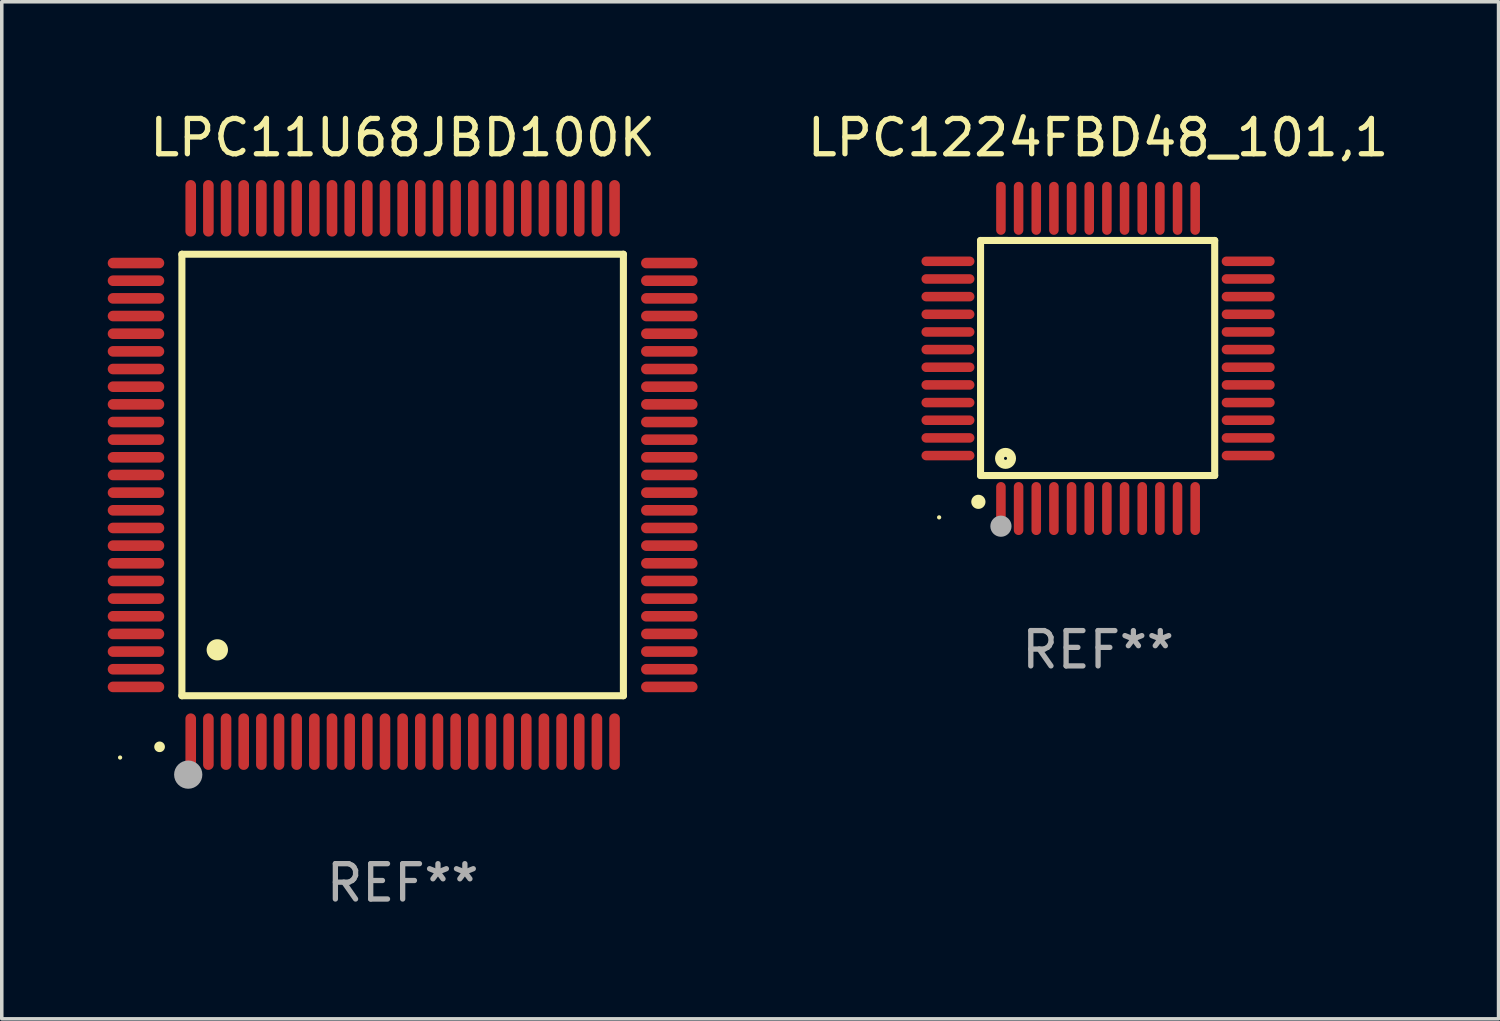
<source format=kicad_pcb>
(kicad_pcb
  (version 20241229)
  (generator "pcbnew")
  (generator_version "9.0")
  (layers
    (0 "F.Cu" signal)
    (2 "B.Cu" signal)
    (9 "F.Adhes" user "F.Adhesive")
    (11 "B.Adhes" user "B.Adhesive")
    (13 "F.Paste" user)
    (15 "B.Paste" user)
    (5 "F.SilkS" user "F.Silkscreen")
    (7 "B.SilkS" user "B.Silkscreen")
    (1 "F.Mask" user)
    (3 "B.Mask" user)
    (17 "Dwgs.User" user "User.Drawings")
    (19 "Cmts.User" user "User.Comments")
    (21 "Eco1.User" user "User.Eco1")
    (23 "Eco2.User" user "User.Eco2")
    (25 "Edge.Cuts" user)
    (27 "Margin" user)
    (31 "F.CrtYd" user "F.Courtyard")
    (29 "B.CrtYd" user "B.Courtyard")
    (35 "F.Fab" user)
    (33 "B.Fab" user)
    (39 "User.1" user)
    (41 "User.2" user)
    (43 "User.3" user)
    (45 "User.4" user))
  (footprint "LPC11U68JBD100K"
    (layer "F.Cu")
    (at 8.35 10.398)
    (property "Reference" "LPC11U68JBD100K" (at 0 -9.55 0) (layer "F.SilkS") (effects (font (size 1 1) (thickness 0.15))))
    (attr through_hole)
    (fp_line (start -6.25 -6.25) (end -6.25 6.25) (stroke (width 0.2) (type solid)) (layer "F.SilkS"))
    (fp_line (start -6.25 6.25) (end 6.25 6.25) (stroke (width 0.2) (type solid)) (layer "F.SilkS"))
    (fp_line (start 6.25 -6.25) (end -6.25 -6.25) (stroke (width 0.2) (type solid)) (layer "F.SilkS"))
    (fp_line (start 6.25 6.25) (end 6.25 -6.25) (stroke (width 0.2) (type solid)) (layer "F.SilkS"))
    (fp_arc (start -6.883414 7.696215) (mid -6.882144 7.69621) (end -6.880874 7.696215) (stroke (width 0.3) (type solid)) (layer "F.SilkS"))
    (fp_arc (start -5.250191 4.95047) (mid -5.247651 4.950459) (end -5.245111 4.95047) (stroke (width 0.6) (type solid)) (layer "F.SilkS"))
    (fp_circle (center -8 8) (end -7.97 8) (stroke (width 0.06) (type solid)) (fill no) (layer "F.SilkS"))
    (fp_circle (center -6.071 8.484) (end -5.871 8.484) (stroke (width 0.4) (type solid)) (fill no) (layer "F.Fab"))
    (fp_text user "REF**" (at 0 11.55 0) (layer "F.Fab") (effects (font (size 1 1) (thickness 0.15))))
    (pad "1" smd oval (at -6 7.55) (size 0.3 1.6) (layers "F.Cu" "F.Mask" "F.Paste"))
    (pad "2" smd oval (at -5.5 7.55) (size 0.3 1.6) (layers "F.Cu" "F.Mask" "F.Paste"))
    (pad "3" smd oval (at -5 7.55) (size 0.3 1.6) (layers "F.Cu" "F.Mask" "F.Paste"))
    (pad "4" smd oval (at -4.5 7.55) (size 0.3 1.6) (layers "F.Cu" "F.Mask" "F.Paste"))
    (pad "5" smd oval (at -4 7.55) (size 0.3 1.6) (layers "F.Cu" "F.Mask" "F.Paste"))
    (pad "6" smd oval (at -3.5 7.55) (size 0.3 1.6) (layers "F.Cu" "F.Mask" "F.Paste"))
    (pad "7" smd oval (at -3 7.55) (size 0.3 1.6) (layers "F.Cu" "F.Mask" "F.Paste"))
    (pad "8" smd oval (at -2.5 7.55) (size 0.3 1.6) (layers "F.Cu" "F.Mask" "F.Paste"))
    (pad "9" smd oval (at -2 7.55) (size 0.3 1.6) (layers "F.Cu" "F.Mask" "F.Paste"))
    (pad "10" smd oval (at -1.5 7.55) (size 0.3 1.6) (layers "F.Cu" "F.Mask" "F.Paste"))
    (pad "11" smd oval (at -1 7.55) (size 0.3 1.6) (layers "F.Cu" "F.Mask" "F.Paste"))
    (pad "12" smd oval (at -0.5 7.55) (size 0.3 1.6) (layers "F.Cu" "F.Mask" "F.Paste"))
    (pad "13" smd oval (at 0 7.55) (size 0.3 1.6) (layers "F.Cu" "F.Mask" "F.Paste"))
    (pad "14" smd oval (at 0.5 7.55) (size 0.3 1.6) (layers "F.Cu" "F.Mask" "F.Paste"))
    (pad "15" smd oval (at 1 7.55) (size 0.3 1.6) (layers "F.Cu" "F.Mask" "F.Paste"))
    (pad "16" smd oval (at 1.5 7.55) (size 0.3 1.6) (layers "F.Cu" "F.Mask" "F.Paste"))
    (pad "17" smd oval (at 2 7.55) (size 0.3 1.6) (layers "F.Cu" "F.Mask" "F.Paste"))
    (pad "18" smd oval (at 2.5 7.55) (size 0.3 1.6) (layers "F.Cu" "F.Mask" "F.Paste"))
    (pad "19" smd oval (at 3 7.55) (size 0.3 1.6) (layers "F.Cu" "F.Mask" "F.Paste"))
    (pad "20" smd oval (at 3.5 7.55) (size 0.3 1.6) (layers "F.Cu" "F.Mask" "F.Paste"))
    (pad "21" smd oval (at 4 7.55) (size 0.3 1.6) (layers "F.Cu" "F.Mask" "F.Paste"))
    (pad "22" smd oval (at 4.5 7.55) (size 0.3 1.6) (layers "F.Cu" "F.Mask" "F.Paste"))
    (pad "23" smd oval (at 5 7.55) (size 0.3 1.6) (layers "F.Cu" "F.Mask" "F.Paste"))
    (pad "24" smd oval (at 5.5 7.55) (size 0.3 1.6) (layers "F.Cu" "F.Mask" "F.Paste"))
    (pad "25" smd oval (at 6 7.55) (size 0.3 1.6) (layers "F.Cu" "F.Mask" "F.Paste"))
    (pad "26" smd oval (at 7.55 6) (size 1.6 0.3) (layers "F.Cu" "F.Mask" "F.Paste"))
    (pad "27" smd oval (at 7.55 5.5) (size 1.6 0.3) (layers "F.Cu" "F.Mask" "F.Paste"))
    (pad "28" smd oval (at 7.55 5) (size 1.6 0.3) (layers "F.Cu" "F.Mask" "F.Paste"))
    (pad "29" smd oval (at 7.55 4.5) (size 1.6 0.3) (layers "F.Cu" "F.Mask" "F.Paste"))
    (pad "30" smd oval (at 7.55 4) (size 1.6 0.3) (layers "F.Cu" "F.Mask" "F.Paste"))
    (pad "31" smd oval (at 7.55 3.5) (size 1.6 0.3) (layers "F.Cu" "F.Mask" "F.Paste"))
    (pad "32" smd oval (at 7.55 3) (size 1.6 0.3) (layers "F.Cu" "F.Mask" "F.Paste"))
    (pad "33" smd oval (at 7.55 2.5) (size 1.6 0.3) (layers "F.Cu" "F.Mask" "F.Paste"))
    (pad "34" smd oval (at 7.55 2) (size 1.6 0.3) (layers "F.Cu" "F.Mask" "F.Paste"))
    (pad "35" smd oval (at 7.55 1.5) (size 1.6 0.3) (layers "F.Cu" "F.Mask" "F.Paste"))
    (pad "36" smd oval (at 7.55 1) (size 1.6 0.3) (layers "F.Cu" "F.Mask" "F.Paste"))
    (pad "37" smd oval (at 7.55 0.5) (size 1.6 0.3) (layers "F.Cu" "F.Mask" "F.Paste"))
    (pad "38" smd oval (at 7.55 0) (size 1.6 0.3) (layers "F.Cu" "F.Mask" "F.Paste"))
    (pad "39" smd oval (at 7.55 -0.5) (size 1.6 0.3) (layers "F.Cu" "F.Mask" "F.Paste"))
    (pad "40" smd oval (at 7.55 -1) (size 1.6 0.3) (layers "F.Cu" "F.Mask" "F.Paste"))
    (pad "41" smd oval (at 7.55 -1.5) (size 1.6 0.3) (layers "F.Cu" "F.Mask" "F.Paste"))
    (pad "42" smd oval (at 7.55 -2) (size 1.6 0.3) (layers "F.Cu" "F.Mask" "F.Paste"))
    (pad "43" smd oval (at 7.55 -2.5) (size 1.6 0.3) (layers "F.Cu" "F.Mask" "F.Paste"))
    (pad "44" smd oval (at 7.55 -3) (size 1.6 0.3) (layers "F.Cu" "F.Mask" "F.Paste"))
    (pad "45" smd oval (at 7.55 -3.5) (size 1.6 0.3) (layers "F.Cu" "F.Mask" "F.Paste"))
    (pad "46" smd oval (at 7.55 -4) (size 1.6 0.3) (layers "F.Cu" "F.Mask" "F.Paste"))
    (pad "47" smd oval (at 7.55 -4.5) (size 1.6 0.3) (layers "F.Cu" "F.Mask" "F.Paste"))
    (pad "48" smd oval (at 7.55 -5) (size 1.6 0.3) (layers "F.Cu" "F.Mask" "F.Paste"))
    (pad "49" smd oval (at 7.55 -5.5) (size 1.6 0.3) (layers "F.Cu" "F.Mask" "F.Paste"))
    (pad "50" smd oval (at 7.55 -6) (size 1.6 0.3) (layers "F.Cu" "F.Mask" "F.Paste"))
    (pad "51" smd oval (at 6 -7.55) (size 0.3 1.6) (layers "F.Cu" "F.Mask" "F.Paste"))
    (pad "52" smd oval (at 5.5 -7.55) (size 0.3 1.6) (layers "F.Cu" "F.Mask" "F.Paste"))
    (pad "53" smd oval (at 5 -7.55) (size 0.3 1.6) (layers "F.Cu" "F.Mask" "F.Paste"))
    (pad "54" smd oval (at 4.5 -7.55) (size 0.3 1.6) (layers "F.Cu" "F.Mask" "F.Paste"))
    (pad "55" smd oval (at 4 -7.55) (size 0.3 1.6) (layers "F.Cu" "F.Mask" "F.Paste"))
    (pad "56" smd oval (at 3.5 -7.55) (size 0.3 1.6) (layers "F.Cu" "F.Mask" "F.Paste"))
    (pad "57" smd oval (at 3 -7.55) (size 0.3 1.6) (layers "F.Cu" "F.Mask" "F.Paste"))
    (pad "58" smd oval (at 2.5 -7.55) (size 0.3 1.6) (layers "F.Cu" "F.Mask" "F.Paste"))
    (pad "59" smd oval (at 2 -7.55) (size 0.3 1.6) (layers "F.Cu" "F.Mask" "F.Paste"))
    (pad "60" smd oval (at 1.5 -7.55) (size 0.3 1.6) (layers "F.Cu" "F.Mask" "F.Paste"))
    (pad "61" smd oval (at 1 -7.55) (size 0.3 1.6) (layers "F.Cu" "F.Mask" "F.Paste"))
    (pad "62" smd oval (at 0.5 -7.55) (size 0.3 1.6) (layers "F.Cu" "F.Mask" "F.Paste"))
    (pad "63" smd oval (at 0 -7.55) (size 0.3 1.6) (layers "F.Cu" "F.Mask" "F.Paste"))
    (pad "64" smd oval (at -0.5 -7.55) (size 0.3 1.6) (layers "F.Cu" "F.Mask" "F.Paste"))
    (pad "65" smd oval (at -1 -7.55) (size 0.3 1.6) (layers "F.Cu" "F.Mask" "F.Paste"))
    (pad "66" smd oval (at -1.5 -7.55) (size 0.3 1.6) (layers "F.Cu" "F.Mask" "F.Paste"))
    (pad "67" smd oval (at -2 -7.55) (size 0.3 1.6) (layers "F.Cu" "F.Mask" "F.Paste"))
    (pad "68" smd oval (at -2.5 -7.55) (size 0.3 1.6) (layers "F.Cu" "F.Mask" "F.Paste"))
    (pad "69" smd oval (at -3 -7.55) (size 0.3 1.6) (layers "F.Cu" "F.Mask" "F.Paste"))
    (pad "70" smd oval (at -3.5 -7.55) (size 0.3 1.6) (layers "F.Cu" "F.Mask" "F.Paste"))
    (pad "71" smd oval (at -4 -7.55) (size 0.3 1.6) (layers "F.Cu" "F.Mask" "F.Paste"))
    (pad "72" smd oval (at -4.5 -7.55) (size 0.3 1.6) (layers "F.Cu" "F.Mask" "F.Paste"))
    (pad "73" smd oval (at -5 -7.55) (size 0.3 1.6) (layers "F.Cu" "F.Mask" "F.Paste"))
    (pad "74" smd oval (at -5.5 -7.55) (size 0.3 1.6) (layers "F.Cu" "F.Mask" "F.Paste"))
    (pad "75" smd oval (at -6 -7.55) (size 0.3 1.6) (layers "F.Cu" "F.Mask" "F.Paste"))
    (pad "76" smd oval (at -7.55 -6) (size 1.6 0.3) (layers "F.Cu" "F.Mask" "F.Paste"))
    (pad "77" smd oval (at -7.55 -5.5) (size 1.6 0.3) (layers "F.Cu" "F.Mask" "F.Paste"))
    (pad "78" smd oval (at -7.55 -5) (size 1.6 0.3) (layers "F.Cu" "F.Mask" "F.Paste"))
    (pad "79" smd oval (at -7.55 -4.5) (size 1.6 0.3) (layers "F.Cu" "F.Mask" "F.Paste"))
    (pad "80" smd oval (at -7.55 -4) (size 1.6 0.3) (layers "F.Cu" "F.Mask" "F.Paste"))
    (pad "81" smd oval (at -7.55 -3.5) (size 1.6 0.3) (layers "F.Cu" "F.Mask" "F.Paste"))
    (pad "82" smd oval (at -7.55 -3) (size 1.6 0.3) (layers "F.Cu" "F.Mask" "F.Paste"))
    (pad "83" smd oval (at -7.55 -2.5) (size 1.6 0.3) (layers "F.Cu" "F.Mask" "F.Paste"))
    (pad "84" smd oval (at -7.55 -2) (size 1.6 0.3) (layers "F.Cu" "F.Mask" "F.Paste"))
    (pad "85" smd oval (at -7.55 -1.5) (size 1.6 0.3) (layers "F.Cu" "F.Mask" "F.Paste"))
    (pad "86" smd oval (at -7.55 -1) (size 1.6 0.3) (layers "F.Cu" "F.Mask" "F.Paste"))
    (pad "87" smd oval (at -7.55 -0.5) (size 1.6 0.3) (layers "F.Cu" "F.Mask" "F.Paste"))
    (pad "88" smd oval (at -7.55 0) (size 1.6 0.3) (layers "F.Cu" "F.Mask" "F.Paste"))
    (pad "89" smd oval (at -7.55 0.5) (size 1.6 0.3) (layers "F.Cu" "F.Mask" "F.Paste"))
    (pad "90" smd oval (at -7.55 1) (size 1.6 0.3) (layers "F.Cu" "F.Mask" "F.Paste"))
    (pad "91" smd oval (at -7.55 1.5) (size 1.6 0.3) (layers "F.Cu" "F.Mask" "F.Paste"))
    (pad "92" smd oval (at -7.55 2) (size 1.6 0.3) (layers "F.Cu" "F.Mask" "F.Paste"))
    (pad "93" smd oval (at -7.55 2.5) (size 1.6 0.3) (layers "F.Cu" "F.Mask" "F.Paste"))
    (pad "94" smd oval (at -7.55 3) (size 1.6 0.3) (layers "F.Cu" "F.Mask" "F.Paste"))
    (pad "95" smd oval (at -7.55 3.5) (size 1.6 0.3) (layers "F.Cu" "F.Mask" "F.Paste"))
    (pad "96" smd oval (at -7.55 4) (size 1.6 0.3) (layers "F.Cu" "F.Mask" "F.Paste"))
    (pad "97" smd oval (at -7.55 4.5) (size 1.6 0.3) (layers "F.Cu" "F.Mask" "F.Paste"))
    (pad "98" smd oval (at -7.55 5) (size 1.6 0.3) (layers "F.Cu" "F.Mask" "F.Paste"))
    (pad "99" smd oval (at -7.55 5.5) (size 1.6 0.3) (layers "F.Cu" "F.Mask" "F.Paste"))
    (pad "100" smd oval (at -7.55 6) (size 1.6 0.3) (layers "F.Cu" "F.Mask" "F.Paste")))
  (footprint "LPC1224FBD48_101,1"
    (layer "F.Cu")
    (at 28.039 7.098)
    (property "Reference" "LPC1224FBD48_101,1" (at 0 -6.25 0) (layer "F.SilkS") (effects (font (size 1 1) (thickness 0.15))))
    (attr through_hole)
    (fp_line (start -3.327 -3.34) (end -2.565 -3.34) (stroke (width 0.2) (type solid)) (layer "F.SilkS"))
    (fp_line (start -3.327 3.315) (end -3.327 -3.34) (stroke (width 0.2) (type solid)) (layer "F.SilkS"))
    (fp_line (start -2.896 -3.34) (end 3.302 -3.34) (stroke (width 0.2) (type solid)) (layer "F.SilkS"))
    (fp_line (start 3.302 -3.34) (end 3.302 3.315) (stroke (width 0.2) (type solid)) (layer "F.SilkS"))
    (fp_line (start 3.302 3.315) (end -3.327 3.315) (stroke (width 0.2) (type solid)) (layer "F.SilkS"))
    (fp_arc (start -3.389992 4.059995) (mid -3.388722 4.059991) (end -3.387452 4.059995) (stroke (width 0.4) (type solid)) (layer "F.SilkS"))
    (fp_circle (center -4.5 4.5) (end -4.47 4.5) (stroke (width 0.06) (type solid)) (fill no) (layer "F.SilkS"))
    (fp_circle (center -2.62 2.83) (end -2.45 2.83) (stroke (width 0.254) (type solid)) (fill no) (layer "F.SilkS"))
    (fp_circle (center -2.75 4.75) (end -2.6 4.75) (stroke (width 0.3) (type solid)) (fill no) (layer "F.Fab"))
    (fp_text user "REF**" (at 0 8.25 0) (layer "F.Fab") (effects (font (size 1 1) (thickness 0.15))))
    (pad "1" smd oval (at -2.75 4.25) (size 0.27 1.5) (layers "F.Cu" "F.Mask" "F.Paste"))
    (pad "2" smd oval (at -2.25 4.25) (size 0.27 1.5) (layers "F.Cu" "F.Mask" "F.Paste"))
    (pad "3" smd oval (at -1.75 4.25) (size 0.27 1.5) (layers "F.Cu" "F.Mask" "F.Paste"))
    (pad "4" smd oval (at -1.25 4.25) (size 0.27 1.5) (layers "F.Cu" "F.Mask" "F.Paste"))
    (pad "5" smd oval (at -0.75 4.25) (size 0.27 1.5) (layers "F.Cu" "F.Mask" "F.Paste"))
    (pad "6" smd oval (at -0.25 4.25) (size 0.27 1.5) (layers "F.Cu" "F.Mask" "F.Paste"))
    (pad "7" smd oval (at 0.25 4.25) (size 0.27 1.5) (layers "F.Cu" "F.Mask" "F.Paste"))
    (pad "8" smd oval (at 0.75 4.25) (size 0.27 1.5) (layers "F.Cu" "F.Mask" "F.Paste"))
    (pad "9" smd oval (at 1.25 4.25) (size 0.27 1.5) (layers "F.Cu" "F.Mask" "F.Paste"))
    (pad "10" smd oval (at 1.75 4.25) (size 0.27 1.5) (layers "F.Cu" "F.Mask" "F.Paste"))
    (pad "11" smd oval (at 2.25 4.25) (size 0.27 1.5) (layers "F.Cu" "F.Mask" "F.Paste"))
    (pad "12" smd oval (at 2.75 4.25) (size 0.27 1.5) (layers "F.Cu" "F.Mask" "F.Paste"))
    (pad "13" smd oval (at 4.25 2.75) (size 1.5 0.27) (layers "F.Cu" "F.Mask" "F.Paste"))
    (pad "14" smd oval (at 4.25 2.25) (size 1.5 0.27) (layers "F.Cu" "F.Mask" "F.Paste"))
    (pad "15" smd oval (at 4.25 1.75) (size 1.5 0.27) (layers "F.Cu" "F.Mask" "F.Paste"))
    (pad "16" smd oval (at 4.25 1.25) (size 1.5 0.27) (layers "F.Cu" "F.Mask" "F.Paste"))
    (pad "17" smd oval (at 4.25 0.75) (size 1.5 0.27) (layers "F.Cu" "F.Mask" "F.Paste"))
    (pad "18" smd oval (at 4.25 0.25) (size 1.5 0.27) (layers "F.Cu" "F.Mask" "F.Paste"))
    (pad "19" smd oval (at 4.25 -0.25) (size 1.5 0.27) (layers "F.Cu" "F.Mask" "F.Paste"))
    (pad "20" smd oval (at 4.25 -0.75) (size 1.5 0.27) (layers "F.Cu" "F.Mask" "F.Paste"))
    (pad "21" smd oval (at 4.25 -1.25) (size 1.5 0.27) (layers "F.Cu" "F.Mask" "F.Paste"))
    (pad "22" smd oval (at 4.25 -1.75) (size 1.5 0.27) (layers "F.Cu" "F.Mask" "F.Paste"))
    (pad "23" smd oval (at 4.25 -2.25) (size 1.5 0.27) (layers "F.Cu" "F.Mask" "F.Paste"))
    (pad "24" smd oval (at 4.25 -2.75) (size 1.5 0.27) (layers "F.Cu" "F.Mask" "F.Paste"))
    (pad "25" smd oval (at 2.75 -4.25) (size 0.27 1.5) (layers "F.Cu" "F.Mask" "F.Paste"))
    (pad "26" smd oval (at 2.25 -4.25) (size 0.27 1.5) (layers "F.Cu" "F.Mask" "F.Paste"))
    (pad "27" smd oval (at 1.75 -4.25) (size 0.27 1.5) (layers "F.Cu" "F.Mask" "F.Paste"))
    (pad "28" smd oval (at 1.25 -4.25) (size 0.27 1.5) (layers "F.Cu" "F.Mask" "F.Paste"))
    (pad "29" smd oval (at 0.75 -4.25) (size 0.27 1.5) (layers "F.Cu" "F.Mask" "F.Paste"))
    (pad "30" smd oval (at 0.25 -4.25) (size 0.27 1.5) (layers "F.Cu" "F.Mask" "F.Paste"))
    (pad "31" smd oval (at -0.25 -4.25) (size 0.27 1.5) (layers "F.Cu" "F.Mask" "F.Paste"))
    (pad "32" smd oval (at -0.75 -4.25) (size 0.27 1.5) (layers "F.Cu" "F.Mask" "F.Paste"))
    (pad "33" smd oval (at -1.25 -4.25) (size 0.27 1.5) (layers "F.Cu" "F.Mask" "F.Paste"))
    (pad "34" smd oval (at -1.75 -4.25) (size 0.27 1.5) (layers "F.Cu" "F.Mask" "F.Paste"))
    (pad "35" smd oval (at -2.25 -4.25) (size 0.27 1.5) (layers "F.Cu" "F.Mask" "F.Paste"))
    (pad "36" smd oval (at -2.75 -4.25) (size 0.27 1.5) (layers "F.Cu" "F.Mask" "F.Paste"))
    (pad "37" smd oval (at -4.25 -2.75) (size 1.5 0.27) (layers "F.Cu" "F.Mask" "F.Paste"))
    (pad "38" smd oval (at -4.25 -2.25) (size 1.5 0.27) (layers "F.Cu" "F.Mask" "F.Paste"))
    (pad "39" smd oval (at -4.25 -1.75) (size 1.5 0.27) (layers "F.Cu" "F.Mask" "F.Paste"))
    (pad "40" smd oval (at -4.25 -1.25) (size 1.5 0.27) (layers "F.Cu" "F.Mask" "F.Paste"))
    (pad "41" smd oval (at -4.25 -0.75) (size 1.5 0.27) (layers "F.Cu" "F.Mask" "F.Paste"))
    (pad "42" smd oval (at -4.25 -0.25) (size 1.5 0.27) (layers "F.Cu" "F.Mask" "F.Paste"))
    (pad "43" smd oval (at -4.25 0.25) (size 1.5 0.27) (layers "F.Cu" "F.Mask" "F.Paste"))
    (pad "44" smd oval (at -4.25 0.75) (size 1.5 0.27) (layers "F.Cu" "F.Mask" "F.Paste"))
    (pad "45" smd oval (at -4.25 1.25) (size 1.5 0.27) (layers "F.Cu" "F.Mask" "F.Paste"))
    (pad "46" smd oval (at -4.25 1.75) (size 1.5 0.27) (layers "F.Cu" "F.Mask" "F.Paste"))
    (pad "47" smd oval (at -4.25 2.25) (size 1.5 0.27) (layers "F.Cu" "F.Mask" "F.Paste"))
    (pad "48" smd oval (at -4.25 2.75) (size 1.5 0.27) (layers "F.Cu" "F.Mask" "F.Paste")))
  (gr_rect
    (start -3 -3)
    (end 39.378 25.796)
    (stroke (width 0.1) (type default))
    (fill no)
    (layer "Edge.Cuts")))
</source>
